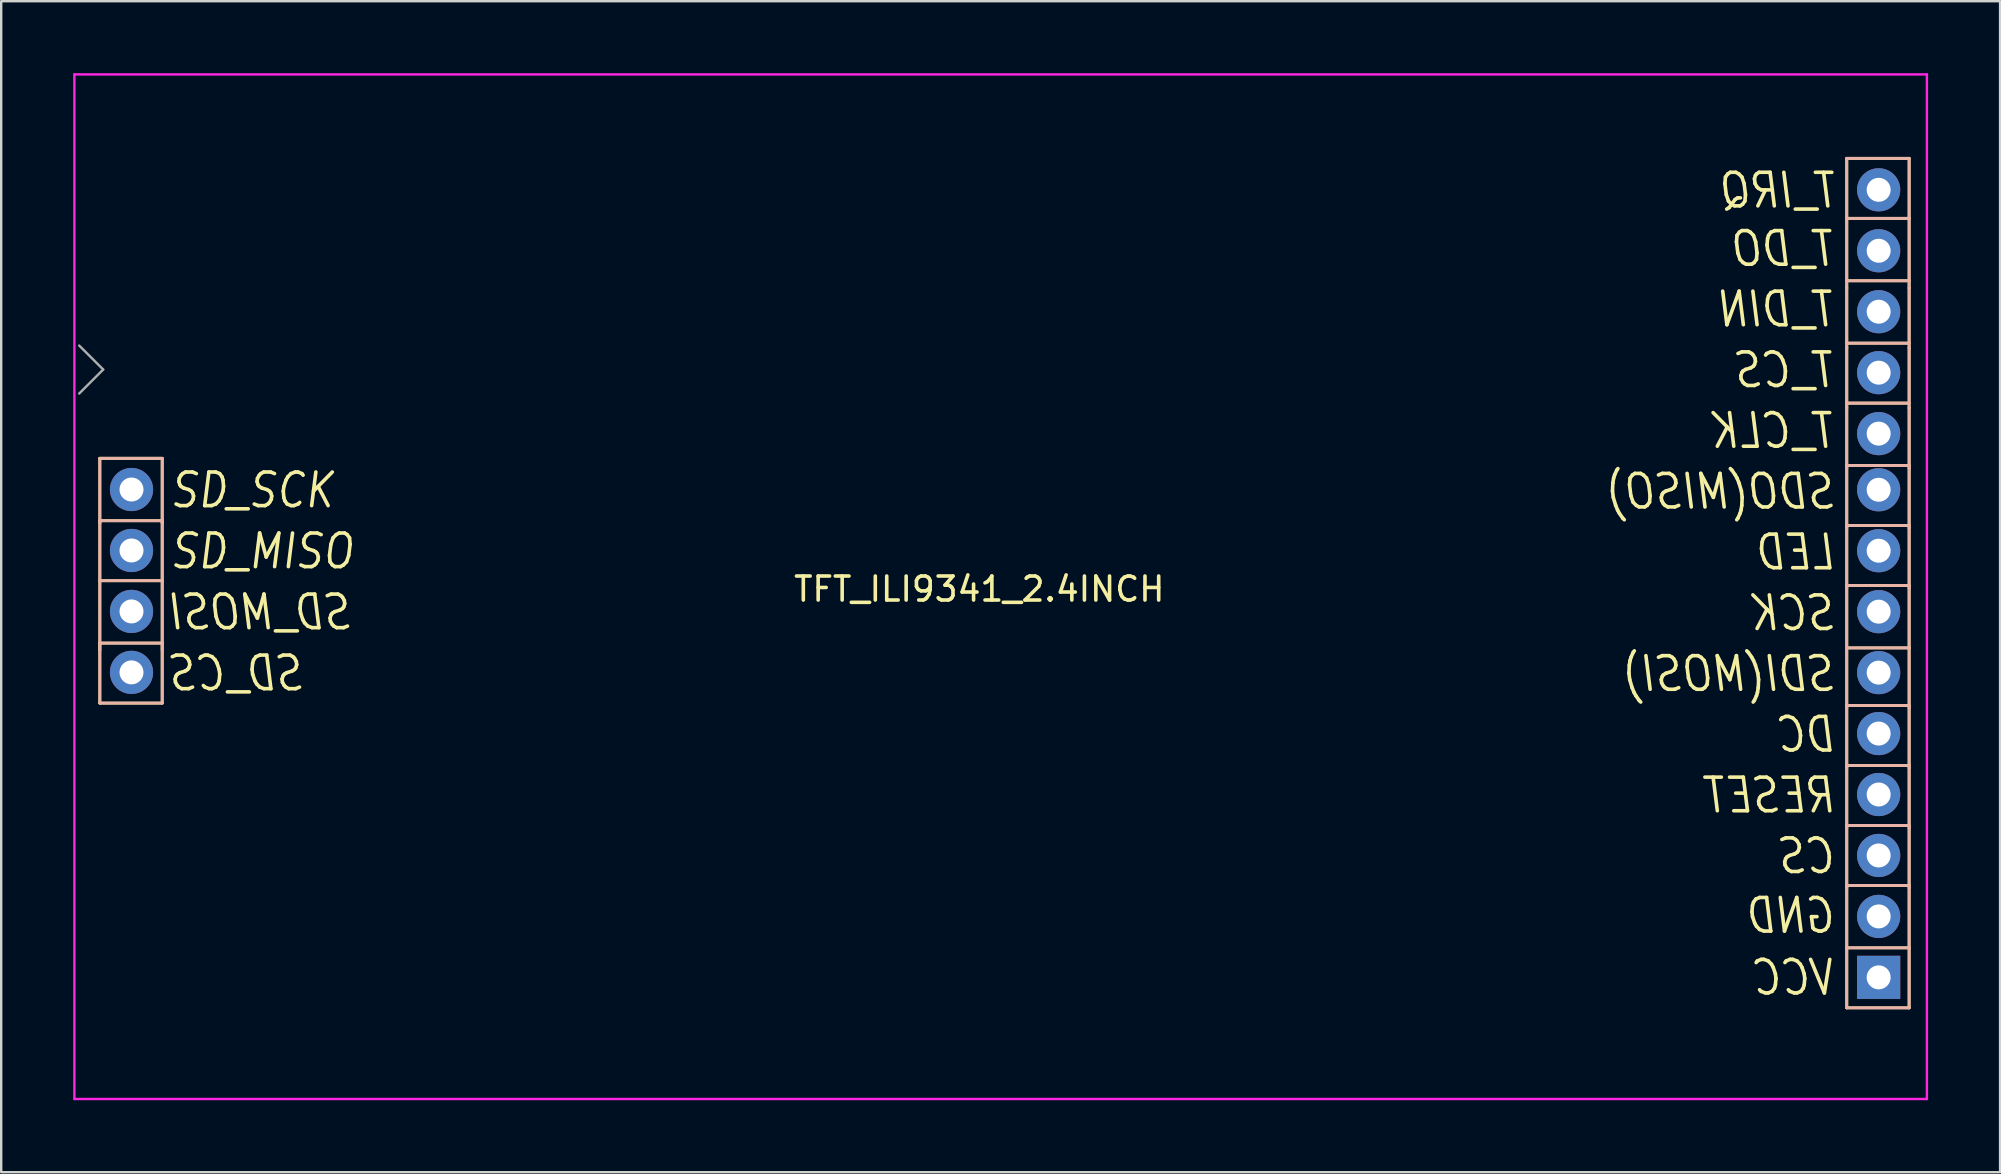
<source format=kicad_pcb>
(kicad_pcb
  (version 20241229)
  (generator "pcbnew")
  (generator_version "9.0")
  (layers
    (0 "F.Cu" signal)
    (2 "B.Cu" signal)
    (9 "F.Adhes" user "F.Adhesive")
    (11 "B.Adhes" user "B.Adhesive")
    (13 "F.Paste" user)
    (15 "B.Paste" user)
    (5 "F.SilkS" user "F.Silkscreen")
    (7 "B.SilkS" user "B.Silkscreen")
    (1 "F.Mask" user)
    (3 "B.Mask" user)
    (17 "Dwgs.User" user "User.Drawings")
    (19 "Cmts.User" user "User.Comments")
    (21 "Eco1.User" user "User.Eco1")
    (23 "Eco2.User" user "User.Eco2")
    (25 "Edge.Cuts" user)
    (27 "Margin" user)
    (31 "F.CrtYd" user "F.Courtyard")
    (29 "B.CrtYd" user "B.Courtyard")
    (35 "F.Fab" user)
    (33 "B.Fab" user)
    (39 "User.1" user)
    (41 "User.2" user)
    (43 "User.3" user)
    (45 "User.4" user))
  (footprint "TFT_ILI9341_2.4INCH"
    (layer "F.Cu")
    (at 38.66 21.4)
    (property "Reference" "TFT_ILI9341_2.4INCH" (at -0.9 0.1 0) (layer "F.SilkS") (effects (font (size 1 1) (thickness 0.15))))
    (attr through_hole)
    (fp_line (start -37.55 -2.65) (end -37.55 -5.35) (stroke (width 0.12) (type solid)) (layer "F.SilkS"))
    (fp_line (start -37.55 -0.25) (end -37.55 -2.75) (stroke (width 0.12) (type solid)) (layer "F.SilkS"))
    (fp_line (start -37.55 2.65) (end -37.55 -0.25) (stroke (width 0.12) (type solid)) (layer "F.SilkS"))
    (fp_line (start -37.55 4.85) (end -37.55 2.35) (stroke (width 0.12) (type solid)) (layer "F.SilkS"))
    (fp_line (start -37.55 4.85) (end -34.95 4.85) (stroke (width 0.12) (type solid)) (layer "F.SilkS"))
    (fp_line (start -34.95 -5.35) (end -37.55 -5.35) (stroke (width 0.12) (type solid)) (layer "F.SilkS"))
    (fp_line (start -34.95 -2.75) (end -37.55 -2.75) (stroke (width 0.12) (type solid)) (layer "F.SilkS"))
    (fp_line (start -34.95 -2.65) (end -34.95 -5.35) (stroke (width 0.12) (type solid)) (layer "F.SilkS"))
    (fp_line (start -34.95 -0.25) (end -37.55 -0.25) (stroke (width 0.12) (type solid)) (layer "F.SilkS"))
    (fp_line (start -34.95 -0.25) (end -34.95 -2.75) (stroke (width 0.12) (type solid)) (layer "F.SilkS"))
    (fp_line (start -34.95 2.35) (end -37.55 2.35) (stroke (width 0.12) (type solid)) (layer "F.SilkS"))
    (fp_line (start -34.95 2.35) (end -34.95 -0.25) (stroke (width 0.12) (type solid)) (layer "F.SilkS"))
    (fp_line (start -34.95 4.85) (end -34.95 2.35) (stroke (width 0.12) (type solid)) (layer "F.SilkS"))
    (fp_line (start 35.25 -15.35) (end 35.25 -17.85) (stroke (width 0.12) (type solid)) (layer "F.SilkS"))
    (fp_line (start 35.25 -12.45) (end 35.25 -15.35) (stroke (width 0.12) (type solid)) (layer "F.SilkS"))
    (fp_line (start 35.25 -9.95) (end 35.25 -12.45) (stroke (width 0.12) (type solid)) (layer "F.SilkS"))
    (fp_line (start 35.25 -7.45) (end 35.25 -9.95) (stroke (width 0.12) (type solid)) (layer "F.SilkS"))
    (fp_line (start 35.25 -4.95) (end 35.25 -7.45) (stroke (width 0.12) (type solid)) (layer "F.SilkS"))
    (fp_line (start 35.25 -2.45) (end 35.25 -4.95) (stroke (width 0.12) (type solid)) (layer "F.SilkS"))
    (fp_line (start 35.25 0.05) (end 35.25 -2.45) (stroke (width 0.12) (type solid)) (layer "F.SilkS"))
    (fp_line (start 35.25 2.55) (end 35.25 0.05) (stroke (width 0.12) (type solid)) (layer "F.SilkS"))
    (fp_line (start 35.25 5.05) (end 35.25 2.55) (stroke (width 0.12) (type solid)) (layer "F.SilkS"))
    (fp_line (start 35.25 7.55) (end 35.25 5.05) (stroke (width 0.12) (type solid)) (layer "F.SilkS"))
    (fp_line (start 35.25 10.05) (end 35.25 7.55) (stroke (width 0.12) (type solid)) (layer "F.SilkS"))
    (fp_line (start 35.25 12.55) (end 35.25 10.05) (stroke (width 0.12) (type solid)) (layer "F.SilkS"))
    (fp_line (start 35.25 15.05) (end 35.25 12.55) (stroke (width 0.12) (type solid)) (layer "F.SilkS"))
    (fp_line (start 35.25 17.55) (end 35.25 15.05) (stroke (width 0.12) (type solid)) (layer "F.SilkS"))
    (fp_line (start 37.85 -17.85) (end 35.25 -17.85) (stroke (width 0.12) (type solid)) (layer "F.SilkS"))
    (fp_line (start 37.85 -15.35) (end 35.25 -15.35) (stroke (width 0.12) (type solid)) (layer "F.SilkS"))
    (fp_line (start 37.85 -15.35) (end 37.85 -17.85) (stroke (width 0.12) (type solid)) (layer "F.SilkS"))
    (fp_line (start 37.85 -12.75) (end 35.25 -12.75) (stroke (width 0.12) (type solid)) (layer "F.SilkS"))
    (fp_line (start 37.85 -12.45) (end 37.85 -15.35) (stroke (width 0.12) (type solid)) (layer "F.SilkS"))
    (fp_line (start 37.85 -10.15) (end 35.25 -10.15) (stroke (width 0.12) (type solid)) (layer "F.SilkS"))
    (fp_line (start 37.85 -9.95) (end 37.85 -12.45) (stroke (width 0.12) (type solid)) (layer "F.SilkS"))
    (fp_line (start 37.85 -7.65) (end 35.25 -7.65) (stroke (width 0.12) (type solid)) (layer "F.SilkS"))
    (fp_line (start 37.85 -7.45) (end 37.85 -9.95) (stroke (width 0.12) (type solid)) (layer "F.SilkS"))
    (fp_line (start 37.85 -5.05) (end 35.25 -5.05) (stroke (width 0.12) (type solid)) (layer "F.SilkS"))
    (fp_line (start 37.85 -4.95) (end 37.85 -7.45) (stroke (width 0.12) (type solid)) (layer "F.SilkS"))
    (fp_line (start 37.85 -2.55) (end 35.25 -2.55) (stroke (width 0.12) (type solid)) (layer "F.SilkS"))
    (fp_line (start 37.85 -2.45) (end 37.85 -4.95) (stroke (width 0.12) (type solid)) (layer "F.SilkS"))
    (fp_line (start 37.85 -0.05) (end 35.25 -0.05) (stroke (width 0.12) (type solid)) (layer "F.SilkS"))
    (fp_line (start 37.85 0.05) (end 37.85 -2.45) (stroke (width 0.12) (type solid)) (layer "F.SilkS"))
    (fp_line (start 37.85 2.55) (end 35.25 2.55) (stroke (width 0.12) (type solid)) (layer "F.SilkS"))
    (fp_line (start 37.85 2.55) (end 37.85 0.05) (stroke (width 0.12) (type solid)) (layer "F.SilkS"))
    (fp_line (start 37.85 4.95) (end 35.25 4.95) (stroke (width 0.12) (type solid)) (layer "F.SilkS"))
    (fp_line (start 37.85 5.05) (end 37.85 2.55) (stroke (width 0.12) (type solid)) (layer "F.SilkS"))
    (fp_line (start 37.85 7.45) (end 35.25 7.45) (stroke (width 0.12) (type solid)) (layer "F.SilkS"))
    (fp_line (start 37.85 7.55) (end 37.85 5.05) (stroke (width 0.12) (type solid)) (layer "F.SilkS"))
    (fp_line (start 37.85 9.95) (end 35.25 9.95) (stroke (width 0.12) (type solid)) (layer "F.SilkS"))
    (fp_line (start 37.85 10.05) (end 37.85 7.55) (stroke (width 0.12) (type solid)) (layer "F.SilkS"))
    (fp_line (start 37.85 12.45) (end 35.25 12.45) (stroke (width 0.12) (type solid)) (layer "F.SilkS"))
    (fp_line (start 37.85 12.55) (end 37.85 10.05) (stroke (width 0.12) (type solid)) (layer "F.SilkS"))
    (fp_line (start 37.85 15.05) (end 35.25 15.05) (stroke (width 0.12) (type solid)) (layer "F.SilkS"))
    (fp_line (start 37.85 15.05) (end 37.85 12.55) (stroke (width 0.12) (type solid)) (layer "F.SilkS"))
    (fp_line (start 37.85 17.55) (end 35.25 17.55) (stroke (width 0.12) (type solid)) (layer "F.SilkS"))
    (fp_line (start 37.85 17.55) (end 37.85 15.05) (stroke (width 0.12) (type solid)) (layer "F.SilkS"))
    (fp_line (start -37.55 -5.35) (end -34.95 -5.35) (stroke (width 0.12) (type solid)) (layer "B.SilkS"))
    (fp_line (start -37.55 -2.75) (end -34.95 -2.75) (stroke (width 0.12) (type solid)) (layer "B.SilkS"))
    (fp_line (start -37.55 -2.65) (end -37.55 -5.35) (stroke (width 0.12) (type solid)) (layer "B.SilkS"))
    (fp_line (start -37.55 -0.25) (end -37.55 -2.75) (stroke (width 0.12) (type solid)) (layer "B.SilkS"))
    (fp_line (start -37.55 -0.25) (end -34.95 -0.25) (stroke (width 0.12) (type solid)) (layer "B.SilkS"))
    (fp_line (start -37.55 2.35) (end -37.55 -0.25) (stroke (width 0.12) (type solid)) (layer "B.SilkS"))
    (fp_line (start -37.55 2.35) (end -34.95 2.35) (stroke (width 0.12) (type solid)) (layer "B.SilkS"))
    (fp_line (start -37.55 4.85) (end -37.55 2.35) (stroke (width 0.12) (type solid)) (layer "B.SilkS"))
    (fp_line (start -34.95 -2.65) (end -34.95 -5.35) (stroke (width 0.12) (type solid)) (layer "B.SilkS"))
    (fp_line (start -34.95 -0.25) (end -34.95 -2.75) (stroke (width 0.12) (type solid)) (layer "B.SilkS"))
    (fp_line (start -34.95 2.65) (end -34.95 -0.25) (stroke (width 0.12) (type solid)) (layer "B.SilkS"))
    (fp_line (start -34.95 4.85) (end -37.55 4.85) (stroke (width 0.12) (type solid)) (layer "B.SilkS"))
    (fp_line (start -34.95 4.85) (end -34.95 2.35) (stroke (width 0.12) (type solid)) (layer "B.SilkS"))
    (fp_line (start 35.25 -17.85) (end 37.85 -17.85) (stroke (width 0.12) (type solid)) (layer "B.SilkS"))
    (fp_line (start 35.25 -15.35) (end 35.25 -17.85) (stroke (width 0.12) (type solid)) (layer "B.SilkS"))
    (fp_line (start 35.25 -15.35) (end 37.85 -15.35) (stroke (width 0.12) (type solid)) (layer "B.SilkS"))
    (fp_line (start 35.25 -12.75) (end 37.85 -12.75) (stroke (width 0.12) (type solid)) (layer "B.SilkS"))
    (fp_line (start 35.25 -12.45) (end 35.25 -15.35) (stroke (width 0.12) (type solid)) (layer "B.SilkS"))
    (fp_line (start 35.25 -10.15) (end 37.85 -10.15) (stroke (width 0.12) (type solid)) (layer "B.SilkS"))
    (fp_line (start 35.25 -9.95) (end 35.25 -12.45) (stroke (width 0.12) (type solid)) (layer "B.SilkS"))
    (fp_line (start 35.25 -7.65) (end 37.85 -7.65) (stroke (width 0.12) (type solid)) (layer "B.SilkS"))
    (fp_line (start 35.25 -7.45) (end 35.25 -9.95) (stroke (width 0.12) (type solid)) (layer "B.SilkS"))
    (fp_line (start 35.25 -5.05) (end 37.85 -5.05) (stroke (width 0.12) (type solid)) (layer "B.SilkS"))
    (fp_line (start 35.25 -4.95) (end 35.25 -7.45) (stroke (width 0.12) (type solid)) (layer "B.SilkS"))
    (fp_line (start 35.25 -2.55) (end 37.85 -2.55) (stroke (width 0.12) (type solid)) (layer "B.SilkS"))
    (fp_line (start 35.25 -2.45) (end 35.25 -4.95) (stroke (width 0.12) (type solid)) (layer "B.SilkS"))
    (fp_line (start 35.25 -0.05) (end 37.85 -0.05) (stroke (width 0.12) (type solid)) (layer "B.SilkS"))
    (fp_line (start 35.25 0.05) (end 35.25 -2.45) (stroke (width 0.12) (type solid)) (layer "B.SilkS"))
    (fp_line (start 35.25 2.55) (end 35.25 0.05) (stroke (width 0.12) (type solid)) (layer "B.SilkS"))
    (fp_line (start 35.25 2.55) (end 37.85 2.55) (stroke (width 0.12) (type solid)) (layer "B.SilkS"))
    (fp_line (start 35.25 4.95) (end 37.85 4.95) (stroke (width 0.12) (type solid)) (layer "B.SilkS"))
    (fp_line (start 35.25 5.05) (end 35.25 2.55) (stroke (width 0.12) (type solid)) (layer "B.SilkS"))
    (fp_line (start 35.25 7.45) (end 37.85 7.45) (stroke (width 0.12) (type solid)) (layer "B.SilkS"))
    (fp_line (start 35.25 7.55) (end 35.25 5.05) (stroke (width 0.12) (type solid)) (layer "B.SilkS"))
    (fp_line (start 35.25 9.95) (end 37.85 9.95) (stroke (width 0.12) (type solid)) (layer "B.SilkS"))
    (fp_line (start 35.25 10.05) (end 35.25 7.55) (stroke (width 0.12) (type solid)) (layer "B.SilkS"))
    (fp_line (start 35.25 12.45) (end 37.85 12.45) (stroke (width 0.12) (type solid)) (layer "B.SilkS"))
    (fp_line (start 35.25 12.55) (end 35.25 10.05) (stroke (width 0.12) (type solid)) (layer "B.SilkS"))
    (fp_line (start 35.25 15.05) (end 35.25 12.55) (stroke (width 0.12) (type solid)) (layer "B.SilkS"))
    (fp_line (start 35.25 15.05) (end 37.85 15.05) (stroke (width 0.12) (type solid)) (layer "B.SilkS"))
    (fp_line (start 35.25 17.55) (end 35.25 15.05) (stroke (width 0.12) (type solid)) (layer "B.SilkS"))
    (fp_line (start 35.25 17.55) (end 37.85 17.55) (stroke (width 0.12) (type solid)) (layer "B.SilkS"))
    (fp_line (start 37.85 -15.35) (end 37.85 -17.85) (stroke (width 0.12) (type solid)) (layer "B.SilkS"))
    (fp_line (start 37.85 -12.45) (end 37.85 -15.35) (stroke (width 0.12) (type solid)) (layer "B.SilkS"))
    (fp_line (start 37.85 -9.95) (end 37.85 -12.45) (stroke (width 0.12) (type solid)) (layer "B.SilkS"))
    (fp_line (start 37.85 -7.45) (end 37.85 -9.95) (stroke (width 0.12) (type solid)) (layer "B.SilkS"))
    (fp_line (start 37.85 -4.95) (end 37.85 -7.45) (stroke (width 0.12) (type solid)) (layer "B.SilkS"))
    (fp_line (start 37.85 -2.45) (end 37.85 -4.95) (stroke (width 0.12) (type solid)) (layer "B.SilkS"))
    (fp_line (start 37.85 0.05) (end 37.85 -2.45) (stroke (width 0.12) (type solid)) (layer "B.SilkS"))
    (fp_line (start 37.85 2.55) (end 37.85 0.05) (stroke (width 0.12) (type solid)) (layer "B.SilkS"))
    (fp_line (start 37.85 5.05) (end 37.85 2.55) (stroke (width 0.12) (type solid)) (layer "B.SilkS"))
    (fp_line (start 37.85 7.55) (end 37.85 5.05) (stroke (width 0.12) (type solid)) (layer "B.SilkS"))
    (fp_line (start 37.85 10.05) (end 37.85 7.55) (stroke (width 0.12) (type solid)) (layer "B.SilkS"))
    (fp_line (start 37.85 12.55) (end 37.85 10.05) (stroke (width 0.12) (type solid)) (layer "B.SilkS"))
    (fp_line (start 37.85 15.05) (end 37.85 12.55) (stroke (width 0.12) (type solid)) (layer "B.SilkS"))
    (fp_line (start 37.85 17.55) (end 37.85 15.05) (stroke (width 0.12) (type solid)) (layer "B.SilkS"))
    (fp_line (start -38.61 -21.35) (end 38.59 -21.35) (stroke (width 0.1) (type solid)) (layer "F.CrtYd"))
    (fp_line (start -38.61 21.35) (end -38.61 -21.35) (stroke (width 0.1) (type solid)) (layer "F.CrtYd"))
    (fp_line (start 38.59 -21.35) (end 38.59 21.35) (stroke (width 0.1) (type solid)) (layer "F.CrtYd"))
    (fp_line (start 38.59 21.35) (end -38.61 21.35) (stroke (width 0.1) (type solid)) (layer "F.CrtYd"))
    (fp_line (start -38.41 -8.05) (end -37.41 -9.05) (stroke (width 0.1) (type solid)) (layer "F.Fab"))
    (fp_line (start -37.41 -9.05) (end -38.41 -10.05) (stroke (width 0.1) (type solid)) (layer "F.Fab"))
    (fp_text user "T_CLK" (at 32.219 -6.495 0) (layer "F.SilkS") (effects (font (size 1.4 1.2) (thickness 0.15) (italic yes)) (justify mirror)))
    (fp_text user "GND" (at 32.99 13.71 0) (layer "F.SilkS") (effects (font (size 1.4 1.2) (thickness 0.15) (italic yes)) (justify mirror)))
    (fp_text user "VCC" (at 33.11 16.29 0) (layer "F.SilkS") (effects (font (size 1.4 1.2) (thickness 0.15) (italic yes)) (justify mirror)))
    (fp_text user "T_CS" (at 32.733 -9.026 0) (layer "F.SilkS") (effects (font (size 1.4 1.2) (thickness 0.15) (italic yes)) (justify mirror)))
    (fp_text user "SD_SCK" (at -31.2 -4.02 0) (layer "F.SilkS") (effects (font (size 1.4 1.2) (thickness 0.15) (italic yes))))
    (fp_text user "SDI(MOSI)" (at 30.39 3.633 0) (layer "F.SilkS") (effects (font (size 1.4 1.2) (thickness 0.15) (italic yes)) (justify mirror)))
    (fp_text user "SD_CS" (at -31.8 3.61 0) (layer "F.SilkS") (effects (font (size 1.4 1.2) (thickness 0.15) (italic yes)) (justify mirror)))
    (fp_text user "LED" (at 33.19 -1.431 0) (layer "F.SilkS") (effects (font (size 1.4 1.2) (thickness 0.15) (italic yes)) (justify mirror)))
    (fp_text user "CS" (at 33.648 11.228 0) (layer "F.SilkS") (effects (font (size 1.4 1.2) (thickness 0.15) (italic yes)) (justify mirror)))
    (fp_text user "SCK" (at 33.048 1.101 0) (layer "F.SilkS") (effects (font (size 1.4 1.2) (thickness 0.15) (italic yes)) (justify mirror)))
    (fp_text user "RESET" (at 32.105 8.696 0) (layer "F.SilkS") (effects (font (size 1.4 1.2) (thickness 0.15) (italic yes)) (justify mirror)))
    (fp_text user "SD_MOSI" (at -30.8 1.067 0) (layer "F.SilkS") (effects (font (size 1.4 1.2) (thickness 0.15) (italic yes)) (justify mirror)))
    (fp_text user "DC" (at 33.619 6.165 0) (layer "F.SilkS") (effects (font (size 1.4 1.2) (thickness 0.15) (italic yes)) (justify mirror)))
    (fp_text user "T_IRQ" (at 32.48 -16.51 0) (layer "F.SilkS") (effects (font (size 1.4 1.2) (thickness 0.15) (italic yes)) (justify mirror)))
    (fp_text user "T_DO" (at 32.676 -14.08 0) (layer "F.SilkS") (effects (font (size 1.4 1.2) (thickness 0.15) (italic yes)) (justify mirror)))
    (fp_text user "SDO(MISO)" (at 30.048 -3.963 0) (layer "F.SilkS") (effects (font (size 1.4 1.2) (thickness 0.15) (italic yes)) (justify mirror)))
    (fp_text user "T_DIN" (at 32.39 -11.558 0) (layer "F.SilkS") (effects (font (size 1.4 1.2) (thickness 0.15) (italic yes)) (justify mirror)))
    (fp_text user "SD_MISO" (at -30.8 -1.477 0) (layer "F.SilkS") (effects (font (size 1.4 1.2) (thickness 0.15) (italic yes))))
    (pad "1" thru_hole rect (at 36.58 16.28 180) (size 1.8 1.8) (drill 1) (layers "*.Cu" "*.Mask"))
    (pad "2" thru_hole circle (at 36.58 13.74 180) (size 1.8 1.8) (drill 1) (layers "*.Cu" "*.Mask"))
    (pad "3" thru_hole circle (at 36.58 11.2 180) (size 1.8 1.8) (drill 1) (layers "*.Cu" "*.Mask"))
    (pad "4" thru_hole circle (at 36.58 8.66 180) (size 1.8 1.8) (drill 1) (layers "*.Cu" "*.Mask"))
    (pad "5" thru_hole circle (at 36.58 6.12 180) (size 1.8 1.8) (drill 1) (layers "*.Cu" "*.Mask"))
    (pad "6" thru_hole circle (at 36.58 3.58 180) (size 1.8 1.8) (drill 1) (layers "*.Cu" "*.Mask"))
    (pad "7" thru_hole circle (at 36.58 1.04 180) (size 1.8 1.8) (drill 1) (layers "*.Cu" "*.Mask"))
    (pad "8" thru_hole circle (at 36.58 -1.5 180) (size 1.8 1.8) (drill 1) (layers "*.Cu" "*.Mask"))
    (pad "9" thru_hole circle (at 36.58 -4.04 180) (size 1.8 1.8) (drill 1) (layers "*.Cu" "*.Mask"))
    (pad "10" thru_hole circle (at 36.58 -6.38 180) (size 1.8 1.8) (drill 1) (layers "*.Cu" "*.Mask"))
    (pad "11" thru_hole circle (at 36.58 -8.92 180) (size 1.8 1.8) (drill 1) (layers "*.Cu" "*.Mask"))
    (pad "12" thru_hole circle (at 36.58 -11.46 180) (size 1.8 1.8) (drill 1) (layers "*.Cu" "*.Mask"))
    (pad "13" thru_hole circle (at 36.58 -14 180) (size 1.8 1.8) (drill 1) (layers "*.Cu" "*.Mask"))
    (pad "14" thru_hole circle (at 36.58 -16.54 180) (size 1.8 1.8) (drill 1) (layers "*.Cu" "*.Mask"))
    (pad "15" thru_hole circle (at -36.23 3.57 180) (size 1.8 1.8) (drill 1) (layers "*.Cu" "*.Mask"))
    (pad "16" thru_hole circle (at -36.23 1.03 180) (size 1.8 1.8) (drill 1) (layers "*.Cu" "*.Mask"))
    (pad "17" thru_hole circle (at -36.23 -1.51 180) (size 1.8 1.8) (drill 1) (layers "*.Cu" "*.Mask"))
    (pad "18" thru_hole circle (at -36.23 -4.05 180) (size 1.8 1.8) (drill 1) (layers "*.Cu" "*.Mask")))
  (gr_rect
    (start -3 -3)
    (end 80.3 45.8)
    (stroke (width 0.1) (type default))
    (fill no)
    (layer "Edge.Cuts")))
</source>
